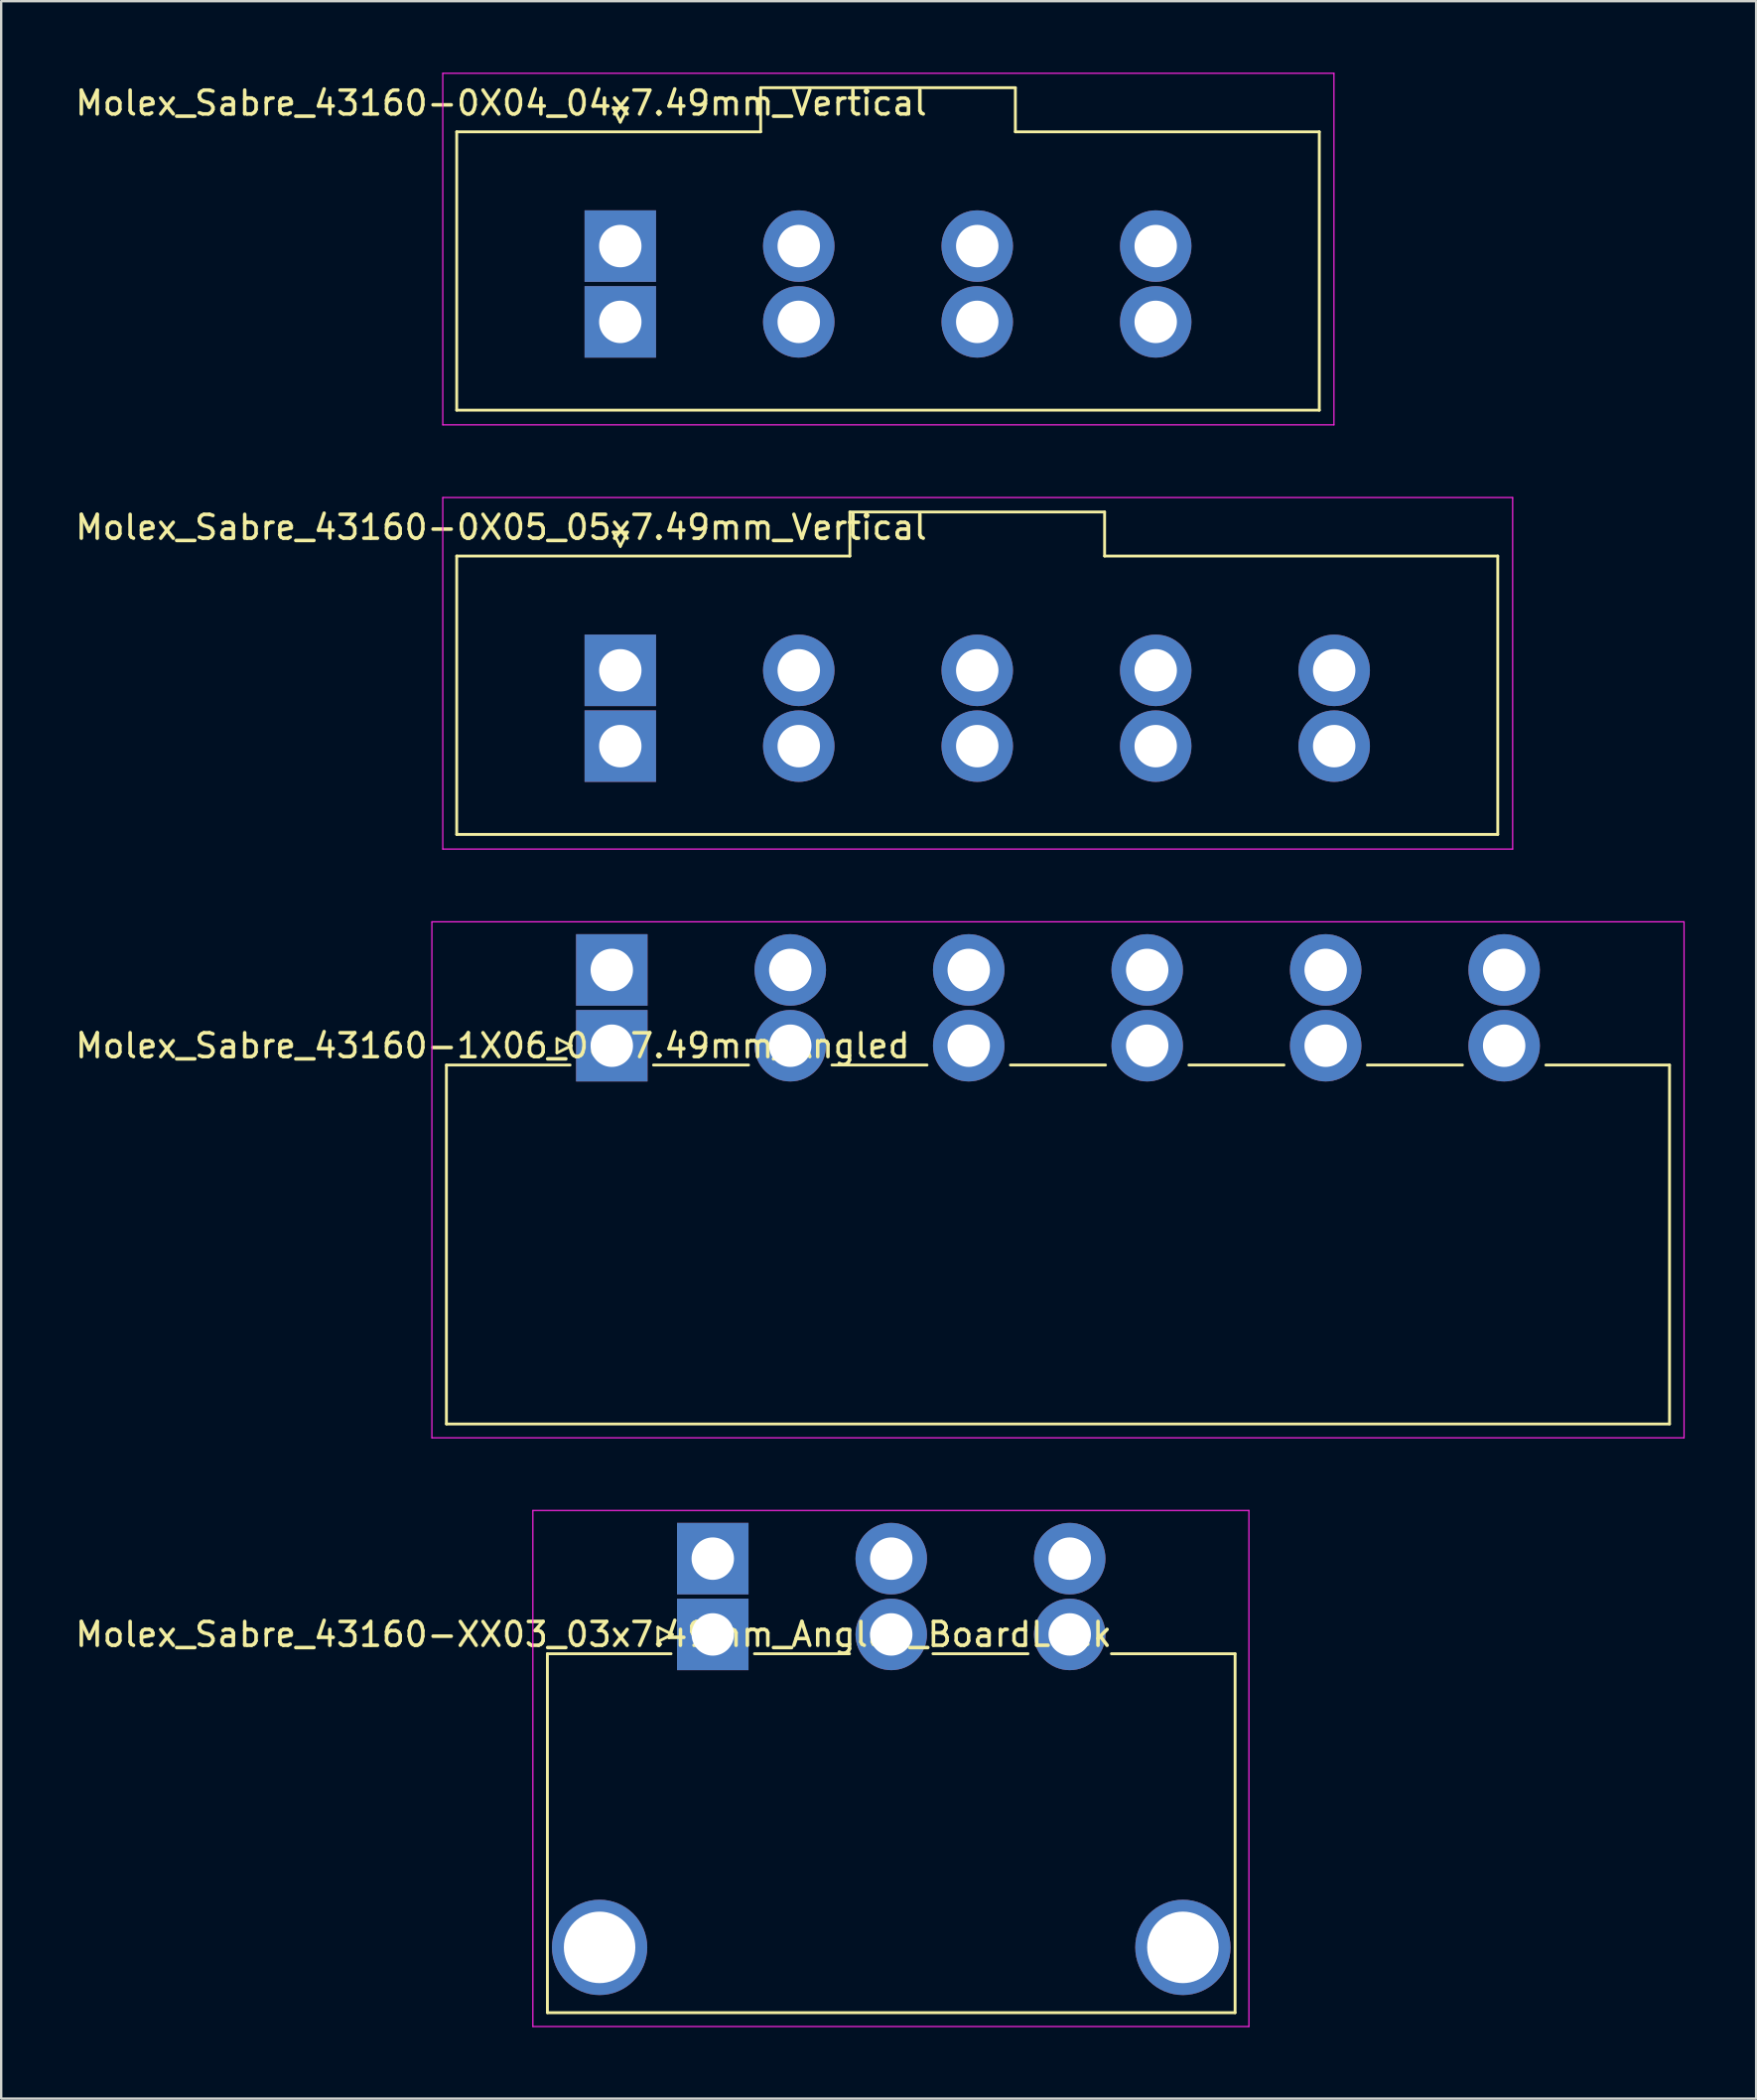
<source format=kicad_pcb>
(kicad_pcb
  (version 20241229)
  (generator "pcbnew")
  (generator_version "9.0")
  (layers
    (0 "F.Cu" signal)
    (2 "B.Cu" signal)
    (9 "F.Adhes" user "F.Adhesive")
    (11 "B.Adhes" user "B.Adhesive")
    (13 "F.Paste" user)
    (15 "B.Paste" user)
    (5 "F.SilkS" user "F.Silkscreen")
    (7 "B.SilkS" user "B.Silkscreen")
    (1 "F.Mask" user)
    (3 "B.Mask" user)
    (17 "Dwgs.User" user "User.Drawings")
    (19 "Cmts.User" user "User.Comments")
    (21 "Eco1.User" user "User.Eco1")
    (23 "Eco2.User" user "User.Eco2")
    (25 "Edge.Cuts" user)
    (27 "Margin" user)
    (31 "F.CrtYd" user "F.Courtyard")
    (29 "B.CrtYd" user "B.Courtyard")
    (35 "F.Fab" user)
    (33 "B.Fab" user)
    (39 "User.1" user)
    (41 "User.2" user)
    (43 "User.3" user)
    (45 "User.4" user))
  (footprint "Molex_Sabre_43160-0X05_05x7.49mm_Vertical"
    (layer "F.Cu")
    (at 22.982 25.075)
    (property "Reference" "Molex_Sabre_43160-0X05_05x7.49mm_Vertical" (at -5 -6 0) (layer "F.SilkS") (effects (font (size 1 1) (thickness 0.15))))
    (attr through_hole)
    (fp_line (start -6.865 -4.795) (end 9.635 -4.795) (stroke (width 0.12) (type solid)) (layer "F.SilkS"))
    (fp_line (start -6.865 6.885) (end -6.865 -4.795) (stroke (width 0.12) (type solid)) (layer "F.SilkS"))
    (fp_line (start -0.3 -5.8) (end 0 -5.2) (stroke (width 0.12) (type solid)) (layer "F.SilkS"))
    (fp_line (start 0 -5.2) (end 0.3 -5.8) (stroke (width 0.12) (type solid)) (layer "F.SilkS"))
    (fp_line (start 0.3 -5.8) (end -0.3 -5.8) (stroke (width 0.12) (type solid)) (layer "F.SilkS"))
    (fp_line (start 9.635 -6.645) (end 20.325 -6.645) (stroke (width 0.12) (type solid)) (layer "F.SilkS"))
    (fp_line (start 9.635 -4.795) (end 9.635 -6.645) (stroke (width 0.12) (type solid)) (layer "F.SilkS"))
    (fp_line (start 20.325 -6.645) (end 20.325 -4.795) (stroke (width 0.12) (type solid)) (layer "F.SilkS"))
    (fp_line (start 20.325 -4.795) (end 36.825 -4.795) (stroke (width 0.12) (type solid)) (layer "F.SilkS"))
    (fp_line (start 36.825 -4.795) (end 36.825 6.885) (stroke (width 0.12) (type solid)) (layer "F.SilkS"))
    (fp_line (start 36.825 6.885) (end -6.865 6.885) (stroke (width 0.12) (type solid)) (layer "F.SilkS"))
    (fp_line (start -7.45 -7.25) (end -7.45 7.5) (stroke (width 0.05) (type solid)) (layer "F.CrtYd"))
    (fp_line (start -7.45 7.5) (end 37.45 7.5) (stroke (width 0.05) (type solid)) (layer "F.CrtYd"))
    (fp_line (start 37.45 -7.25) (end -7.45 -7.25) (stroke (width 0.05) (type solid)) (layer "F.CrtYd"))
    (fp_line (start 37.45 7.5) (end 37.45 -7.25) (stroke (width 0.05) (type solid)) (layer "F.CrtYd"))
    (pad "1" thru_hole rect (at 0 0) (size 3 3) (drill 1.78) (layers "*.Cu" "*.Mask"))
    (pad "1" thru_hole rect (at 0 3.18) (size 3 3) (drill 1.78) (layers "*.Cu" "*.Mask"))
    (pad "2" thru_hole circle (at 7.49 0) (size 3 3) (drill 1.78) (layers "*.Cu" "*.Mask"))
    (pad "2" thru_hole circle (at 7.49 3.18) (size 3 3) (drill 1.78) (layers "*.Cu" "*.Mask"))
    (pad "3" thru_hole circle (at 14.98 0) (size 3 3) (drill 1.78) (layers "*.Cu" "*.Mask"))
    (pad "3" thru_hole circle (at 14.98 3.18) (size 3 3) (drill 1.78) (layers "*.Cu" "*.Mask"))
    (pad "4" thru_hole circle (at 22.47 0) (size 3 3) (drill 1.78) (layers "*.Cu" "*.Mask"))
    (pad "4" thru_hole circle (at 22.47 3.18) (size 3 3) (drill 1.78) (layers "*.Cu" "*.Mask"))
    (pad "5" thru_hole circle (at 29.96 0) (size 3 3) (drill 1.78) (layers "*.Cu" "*.Mask"))
    (pad "5" thru_hole circle (at 29.96 3.18) (size 3 3) (drill 1.78) (layers "*.Cu" "*.Mask")))
  (footprint "Molex_Sabre_43160-1X06_06x7.49mm_Angled"
    (layer "F.Cu")
    (at 22.625 40.825)
    (property "Reference" "Molex_Sabre_43160-1X06_06x7.49mm_Angled" (at -5 0 0) (layer "F.SilkS") (effects (font (size 1 1) (thickness 0.15))))
    (attr through_hole)
    (fp_line (start -6.94 0.81) (end -6.94 15.87) (stroke (width 0.12) (type solid)) (layer "F.SilkS"))
    (fp_line (start -6.94 0.81) (end -1.75 0.81) (stroke (width 0.12) (type solid)) (layer "F.SilkS"))
    (fp_line (start -6.94 15.87) (end 44.39 15.87) (stroke (width 0.12) (type solid)) (layer "F.SilkS"))
    (fp_line (start -2.3 -0.3) (end -1.7 0) (stroke (width 0.12) (type solid)) (layer "F.SilkS"))
    (fp_line (start -2.3 0.3) (end -2.3 -0.3) (stroke (width 0.12) (type solid)) (layer "F.SilkS"))
    (fp_line (start -1.7 0) (end -2.3 0.3) (stroke (width 0.12) (type solid)) (layer "F.SilkS"))
    (fp_line (start 1.75 0.81) (end 5.74 0.81) (stroke (width 0.12) (type solid)) (layer "F.SilkS"))
    (fp_line (start 9.24 0.81) (end 13.23 0.81) (stroke (width 0.12) (type solid)) (layer "F.SilkS"))
    (fp_line (start 16.73 0.81) (end 20.72 0.81) (stroke (width 0.12) (type solid)) (layer "F.SilkS"))
    (fp_line (start 24.22 0.81) (end 28.21 0.81) (stroke (width 0.12) (type solid)) (layer "F.SilkS"))
    (fp_line (start 31.71 0.81) (end 35.7 0.81) (stroke (width 0.12) (type solid)) (layer "F.SilkS"))
    (fp_line (start 39.2 0.81) (end 44.39 0.81) (stroke (width 0.12) (type solid)) (layer "F.SilkS"))
    (fp_line (start 44.39 15.87) (end 44.39 0.81) (stroke (width 0.12) (type solid)) (layer "F.SilkS"))
    (fp_line (start -7.55 -5.2) (end -7.55 16.45) (stroke (width 0.05) (type solid)) (layer "F.CrtYd"))
    (fp_line (start -7.55 16.45) (end 45 16.45) (stroke (width 0.05) (type solid)) (layer "F.CrtYd"))
    (fp_line (start 45 -5.2) (end -7.55 -5.2) (stroke (width 0.05) (type solid)) (layer "F.CrtYd"))
    (fp_line (start 45 16.45) (end 45 -5.2) (stroke (width 0.05) (type solid)) (layer "F.CrtYd"))
    (pad "1" thru_hole rect (at 0 -3.18) (size 3 3) (drill 1.78) (layers "*.Cu" "*.Mask"))
    (pad "1" thru_hole rect (at 0 0) (size 3 3) (drill 1.78) (layers "*.Cu" "*.Mask"))
    (pad "2" thru_hole circle (at 7.49 -3.18) (size 3 3) (drill 1.78) (layers "*.Cu" "*.Mask"))
    (pad "2" thru_hole circle (at 7.49 0) (size 3 3) (drill 1.78) (layers "*.Cu" "*.Mask"))
    (pad "3" thru_hole circle (at 14.98 -3.18) (size 3 3) (drill 1.78) (layers "*.Cu" "*.Mask"))
    (pad "3" thru_hole circle (at 14.98 0) (size 3 3) (drill 1.78) (layers "*.Cu" "*.Mask"))
    (pad "4" thru_hole circle (at 22.47 -3.18) (size 3 3) (drill 1.78) (layers "*.Cu" "*.Mask"))
    (pad "4" thru_hole circle (at 22.47 0) (size 3 3) (drill 1.78) (layers "*.Cu" "*.Mask"))
    (pad "5" thru_hole circle (at 29.96 -3.18) (size 3 3) (drill 1.78) (layers "*.Cu" "*.Mask"))
    (pad "5" thru_hole circle (at 29.96 0) (size 3 3) (drill 1.78) (layers "*.Cu" "*.Mask"))
    (pad "6" thru_hole circle (at 37.45 -3.18) (size 3 3) (drill 1.78) (layers "*.Cu" "*.Mask"))
    (pad "6" thru_hole circle (at 37.45 0) (size 3 3) (drill 1.78) (layers "*.Cu" "*.Mask")))
  (footprint "Molex_Sabre_43160-XX03_03x7.49mm_Angled_BoardLock"
    (layer "F.Cu")
    (at 26.863 65.525)
    (property "Reference" "Molex_Sabre_43160-XX03_03x7.49mm_Angled_BoardLock" (at -5 0 0) (layer "F.SilkS") (effects (font (size 1 1) (thickness 0.15))))
    (attr through_hole)
    (fp_line (start -6.94 0.81) (end -6.94 15.87) (stroke (width 0.12) (type solid)) (layer "F.SilkS"))
    (fp_line (start -6.94 0.81) (end -1.75 0.81) (stroke (width 0.12) (type solid)) (layer "F.SilkS"))
    (fp_line (start -6.94 15.87) (end 21.92 15.87) (stroke (width 0.12) (type solid)) (layer "F.SilkS"))
    (fp_line (start -2.3 -0.3) (end -1.7 0) (stroke (width 0.12) (type solid)) (layer "F.SilkS"))
    (fp_line (start -2.3 0.3) (end -2.3 -0.3) (stroke (width 0.12) (type solid)) (layer "F.SilkS"))
    (fp_line (start -1.7 0) (end -2.3 0.3) (stroke (width 0.12) (type solid)) (layer "F.SilkS"))
    (fp_line (start 1.75 0.81) (end 5.74 0.81) (stroke (width 0.12) (type solid)) (layer "F.SilkS"))
    (fp_line (start 9.24 0.81) (end 13.23 0.81) (stroke (width 0.12) (type solid)) (layer "F.SilkS"))
    (fp_line (start 16.73 0.81) (end 21.92 0.81) (stroke (width 0.12) (type solid)) (layer "F.SilkS"))
    (fp_line (start 21.92 15.87) (end 21.92 0.81) (stroke (width 0.12) (type solid)) (layer "F.SilkS"))
    (fp_line (start -7.55 -5.2) (end -7.55 16.45) (stroke (width 0.05) (type solid)) (layer "F.CrtYd"))
    (fp_line (start -7.55 16.45) (end 22.5 16.45) (stroke (width 0.05) (type solid)) (layer "F.CrtYd"))
    (fp_line (start 22.5 -5.2) (end -7.55 -5.2) (stroke (width 0.05) (type solid)) (layer "F.CrtYd"))
    (fp_line (start 22.5 16.45) (end 22.5 -5.2) (stroke (width 0.05) (type solid)) (layer "F.CrtYd"))
    (pad "" thru_hole circle (at -4.75 13.13) (size 4 4) (drill 3) (layers "*.Cu" "*.Mask"))
    (pad "" thru_hole circle (at 19.73 13.13) (size 4 4) (drill 3) (layers "*.Cu" "*.Mask"))
    (pad "1" thru_hole rect (at 0 -3.18) (size 3 3) (drill 1.78) (layers "*.Cu" "*.Mask"))
    (pad "1" thru_hole rect (at 0 0) (size 3 3) (drill 1.78) (layers "*.Cu" "*.Mask"))
    (pad "2" thru_hole circle (at 7.49 -3.18) (size 3 3) (drill 1.78) (layers "*.Cu" "*.Mask"))
    (pad "2" thru_hole circle (at 7.49 0) (size 3 3) (drill 1.78) (layers "*.Cu" "*.Mask"))
    (pad "3" thru_hole circle (at 14.98 -3.18) (size 3 3) (drill 1.78) (layers "*.Cu" "*.Mask"))
    (pad "3" thru_hole circle (at 14.98 0) (size 3 3) (drill 1.78) (layers "*.Cu" "*.Mask")))
  (footprint "Molex_Sabre_43160-0X04_04x7.49mm_Vertical"
    (layer "F.Cu")
    (at 22.982 7.275)
    (property "Reference" "Molex_Sabre_43160-0X04_04x7.49mm_Vertical" (at -5 -6 0) (layer "F.SilkS") (effects (font (size 1 1) (thickness 0.15))))
    (attr through_hole)
    (fp_line (start -6.865 -4.795) (end 5.89 -4.795) (stroke (width 0.12) (type solid)) (layer "F.SilkS"))
    (fp_line (start -6.865 6.885) (end -6.865 -4.795) (stroke (width 0.12) (type solid)) (layer "F.SilkS"))
    (fp_line (start -0.3 -5.8) (end 0 -5.2) (stroke (width 0.12) (type solid)) (layer "F.SilkS"))
    (fp_line (start 0 -5.2) (end 0.3 -5.8) (stroke (width 0.12) (type solid)) (layer "F.SilkS"))
    (fp_line (start 0.3 -5.8) (end -0.3 -5.8) (stroke (width 0.12) (type solid)) (layer "F.SilkS"))
    (fp_line (start 5.89 -6.645) (end 16.58 -6.645) (stroke (width 0.12) (type solid)) (layer "F.SilkS"))
    (fp_line (start 5.89 -4.795) (end 5.89 -6.645) (stroke (width 0.12) (type solid)) (layer "F.SilkS"))
    (fp_line (start 16.58 -6.645) (end 16.58 -4.795) (stroke (width 0.12) (type solid)) (layer "F.SilkS"))
    (fp_line (start 16.58 -4.795) (end 29.335 -4.795) (stroke (width 0.12) (type solid)) (layer "F.SilkS"))
    (fp_line (start 29.335 -4.795) (end 29.335 6.885) (stroke (width 0.12) (type solid)) (layer "F.SilkS"))
    (fp_line (start 29.335 6.885) (end -6.865 6.885) (stroke (width 0.12) (type solid)) (layer "F.SilkS"))
    (fp_line (start -7.45 -7.25) (end -7.45 7.5) (stroke (width 0.05) (type solid)) (layer "F.CrtYd"))
    (fp_line (start -7.45 7.5) (end 29.95 7.5) (stroke (width 0.05) (type solid)) (layer "F.CrtYd"))
    (fp_line (start 29.95 -7.25) (end -7.45 -7.25) (stroke (width 0.05) (type solid)) (layer "F.CrtYd"))
    (fp_line (start 29.95 7.5) (end 29.95 -7.25) (stroke (width 0.05) (type solid)) (layer "F.CrtYd"))
    (pad "1" thru_hole rect (at 0 0) (size 3 3) (drill 1.78) (layers "*.Cu" "*.Mask"))
    (pad "1" thru_hole rect (at 0 3.18) (size 3 3) (drill 1.78) (layers "*.Cu" "*.Mask"))
    (pad "2" thru_hole circle (at 7.49 0) (size 3 3) (drill 1.78) (layers "*.Cu" "*.Mask"))
    (pad "2" thru_hole circle (at 7.49 3.18) (size 3 3) (drill 1.78) (layers "*.Cu" "*.Mask"))
    (pad "3" thru_hole circle (at 14.98 0) (size 3 3) (drill 1.78) (layers "*.Cu" "*.Mask"))
    (pad "3" thru_hole circle (at 14.98 3.18) (size 3 3) (drill 1.78) (layers "*.Cu" "*.Mask"))
    (pad "4" thru_hole circle (at 22.47 0) (size 3 3) (drill 1.78) (layers "*.Cu" "*.Mask"))
    (pad "4" thru_hole circle (at 22.47 3.18) (size 3 3) (drill 1.78) (layers "*.Cu" "*.Mask")))
  (gr_rect
    (start -3 -3)
    (end 70.65 85)
    (stroke (width 0.1) (type default))
    (fill no)
    (layer "Edge.Cuts")))
</source>
